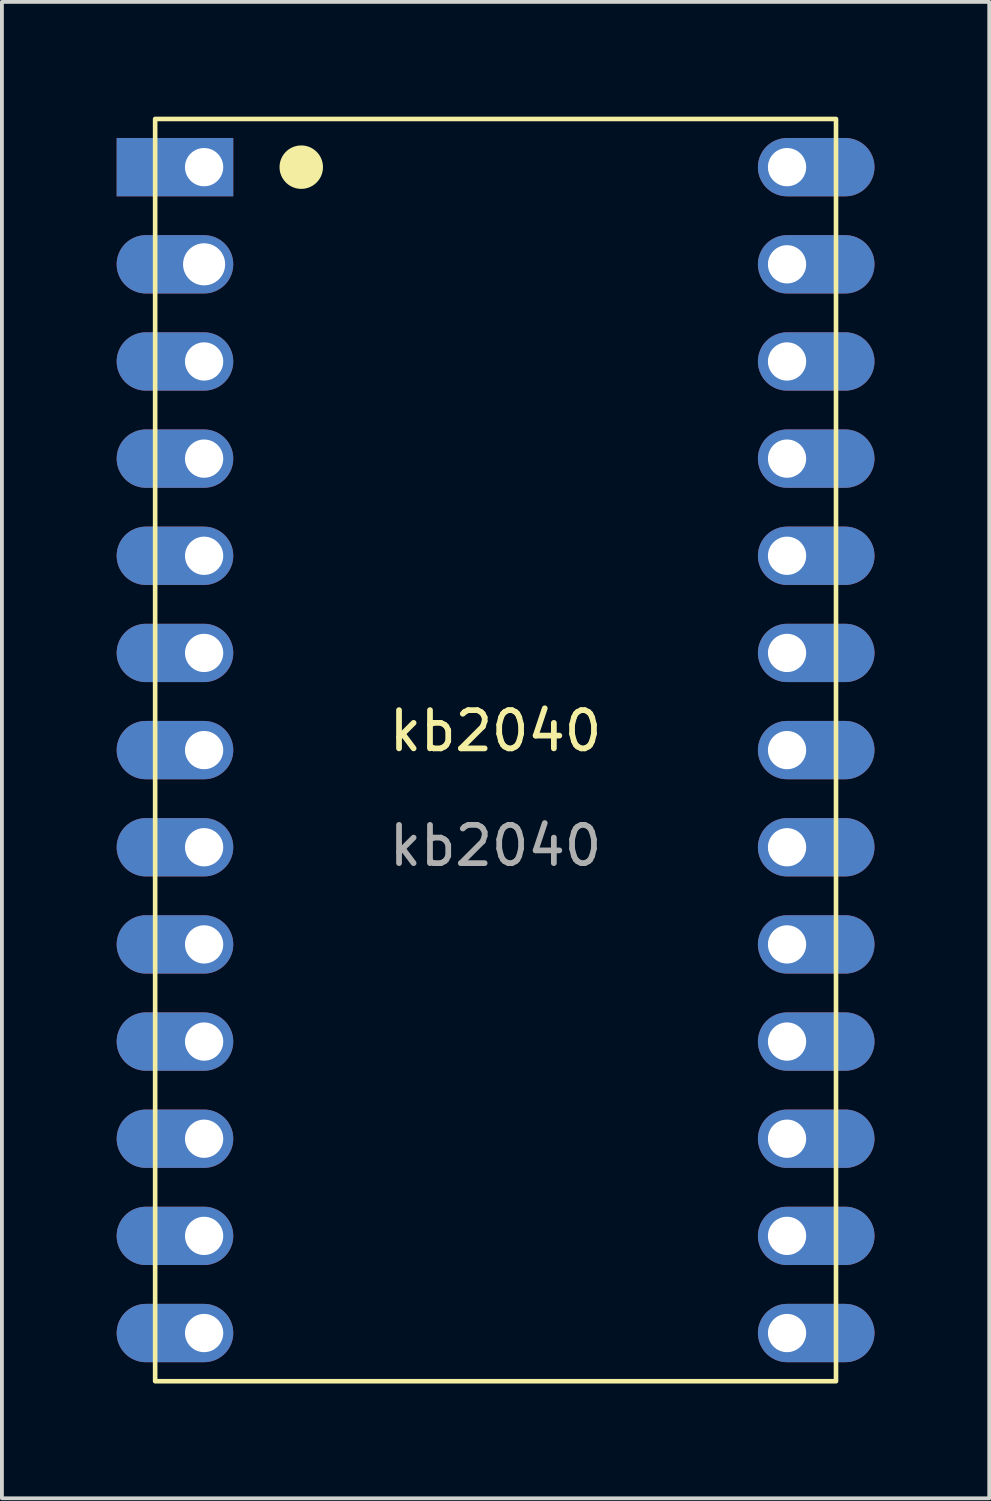
<source format=kicad_pcb>
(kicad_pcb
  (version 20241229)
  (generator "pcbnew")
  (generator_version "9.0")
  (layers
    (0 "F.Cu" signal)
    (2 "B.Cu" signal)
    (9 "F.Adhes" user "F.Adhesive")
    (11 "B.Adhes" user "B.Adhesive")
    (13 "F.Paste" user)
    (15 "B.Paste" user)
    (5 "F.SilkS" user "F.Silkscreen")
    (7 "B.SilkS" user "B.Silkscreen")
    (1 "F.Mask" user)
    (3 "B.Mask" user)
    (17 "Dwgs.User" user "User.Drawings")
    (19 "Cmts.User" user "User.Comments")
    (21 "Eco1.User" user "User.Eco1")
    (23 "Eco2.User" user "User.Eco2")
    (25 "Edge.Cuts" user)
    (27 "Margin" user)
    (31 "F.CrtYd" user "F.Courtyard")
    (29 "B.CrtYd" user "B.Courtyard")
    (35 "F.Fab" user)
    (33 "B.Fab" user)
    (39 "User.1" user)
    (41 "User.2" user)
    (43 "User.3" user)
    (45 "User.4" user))
  (footprint "kb2040"
    (layer "F.Cu")
    (at 9.906 16.56)
    (property "Reference" "kb2040" (at 0 -0.5 0) (unlocked yes) (layer "F.SilkS") (effects (font (size 1 1) (thickness 0.15))))
    (attr through_hole)
    (fp_rect (start -8.9 -16.5) (end 8.9 16.5) (stroke (width 0.12) (type solid)) (fill no) (layer "F.SilkS"))
    (fp_circle (center -5.08 -15.24) (end -4.572 -15.24) (stroke (width 0.12) (type solid)) (fill yes) (layer "F.SilkS"))
    (fp_text user "${REFERENCE}" (at 0 2.5 0) (unlocked yes) (layer "F.Fab") (effects (font (size 1 1) (thickness 0.15))))
    (pad "1" thru_hole rect (at -7.62 -15.24) (size 3.048 1.524) (drill 1 (offset -0.762 0)) (layers "*.Cu" "*.Mask"))
    (pad "2" thru_hole oval (at -7.62 -12.7) (size 3.048 1.524) (drill 1.1 (offset -0.762 0)) (layers "*.Cu" "*.Mask"))
    (pad "3" thru_hole oval (at -7.62 -10.16) (size 3.048 1.524) (drill 1 (offset -0.762 0)) (layers "*.Cu" "*.Mask"))
    (pad "4" thru_hole oval (at -7.62 -7.62) (size 3.048 1.524) (drill 1 (offset -0.762 0)) (layers "*.Cu" "*.Mask"))
    (pad "5" thru_hole oval (at -7.62 -5.08) (size 3.048 1.524) (drill 1 (offset -0.762 0)) (layers "*.Cu" "*.Mask"))
    (pad "6" thru_hole oval (at -7.62 -2.54) (size 3.048 1.524) (drill 1 (offset -0.762 0)) (layers "*.Cu" "*.Mask"))
    (pad "7" thru_hole oval (at -7.62 0) (size 3.048 1.524) (drill 1 (offset -0.762 0)) (layers "*.Cu" "*.Mask"))
    (pad "8" thru_hole oval (at -7.62 2.54) (size 3.048 1.524) (drill 1 (offset -0.762 0)) (layers "*.Cu" "*.Mask"))
    (pad "9" thru_hole oval (at -7.62 5.08) (size 3.048 1.524) (drill 1 (offset -0.762 0)) (layers "*.Cu" "*.Mask"))
    (pad "10" thru_hole oval (at -7.62 7.62) (size 3.048 1.524) (drill 1 (offset -0.762 0)) (layers "*.Cu" "*.Mask"))
    (pad "11" thru_hole oval (at -7.62 10.16) (size 3.048 1.524) (drill 1 (offset -0.762 0)) (layers "*.Cu" "*.Mask"))
    (pad "12" thru_hole oval (at -7.62 12.7) (size 3.048 1.524) (drill 1 (offset -0.762 0)) (layers "*.Cu" "*.Mask"))
    (pad "13" thru_hole oval (at -7.62 15.24) (size 3.048 1.524) (drill 1 (offset -0.762 0)) (layers "*.Cu" "*.Mask"))
    (pad "14" thru_hole oval (at 7.62 15.24 180) (size 3.048 1.524) (drill 1 (offset -0.762 0)) (layers "*.Cu" "*.Mask"))
    (pad "15" thru_hole oval (at 7.62 12.7 180) (size 3.048 1.524) (drill 1 (offset -0.762 0)) (layers "*.Cu" "*.Mask"))
    (pad "16" thru_hole oval (at 7.62 10.16 180) (size 3.048 1.524) (drill 1 (offset -0.762 0)) (layers "*.Cu" "*.Mask"))
    (pad "17" thru_hole oval (at 7.62 7.62 180) (size 3.048 1.524) (drill 1 (offset -0.762 0)) (layers "*.Cu" "*.Mask"))
    (pad "18" thru_hole oval (at 7.62 5.08 180) (size 3.048 1.524) (drill 1 (offset -0.762 0)) (layers "*.Cu" "*.Mask"))
    (pad "19" thru_hole oval (at 7.62 2.54 180) (size 3.048 1.524) (drill 1 (offset -0.762 0)) (layers "*.Cu" "*.Mask"))
    (pad "20" thru_hole oval (at 7.62 0 180) (size 3.048 1.524) (drill 1 (offset -0.762 0)) (layers "*.Cu" "*.Mask"))
    (pad "21" thru_hole oval (at 7.62 -2.54 180) (size 3.048 1.524) (drill 1 (offset -0.762 0)) (layers "*.Cu" "*.Mask"))
    (pad "22" thru_hole oval (at 7.62 -5.08 180) (size 3.048 1.524) (drill 1 (offset -0.762 0)) (layers "*.Cu" "*.Mask"))
    (pad "23" thru_hole oval (at 7.62 -7.62 180) (size 3.048 1.524) (drill 1 (offset -0.762 0)) (layers "*.Cu" "*.Mask"))
    (pad "24" thru_hole oval (at 7.62 -10.16 180) (size 3.048 1.524) (drill 1 (offset -0.762 0)) (layers "*.Cu" "*.Mask"))
    (pad "25" thru_hole oval (at 7.62 -12.7 180) (size 3.048 1.524) (drill 1 (offset -0.762 0)) (layers "*.Cu" "*.Mask"))
    (pad "26" thru_hole oval (at 7.62 -15.24 180) (size 3.048 1.524) (drill 1 (offset -0.762 0)) (layers "*.Cu" "*.Mask")))
  (gr_rect
    (start -3 -3)
    (end 22.812 36.12)
    (stroke (width 0.1) (type default))
    (fill no)
    (layer "Edge.Cuts")))
</source>
